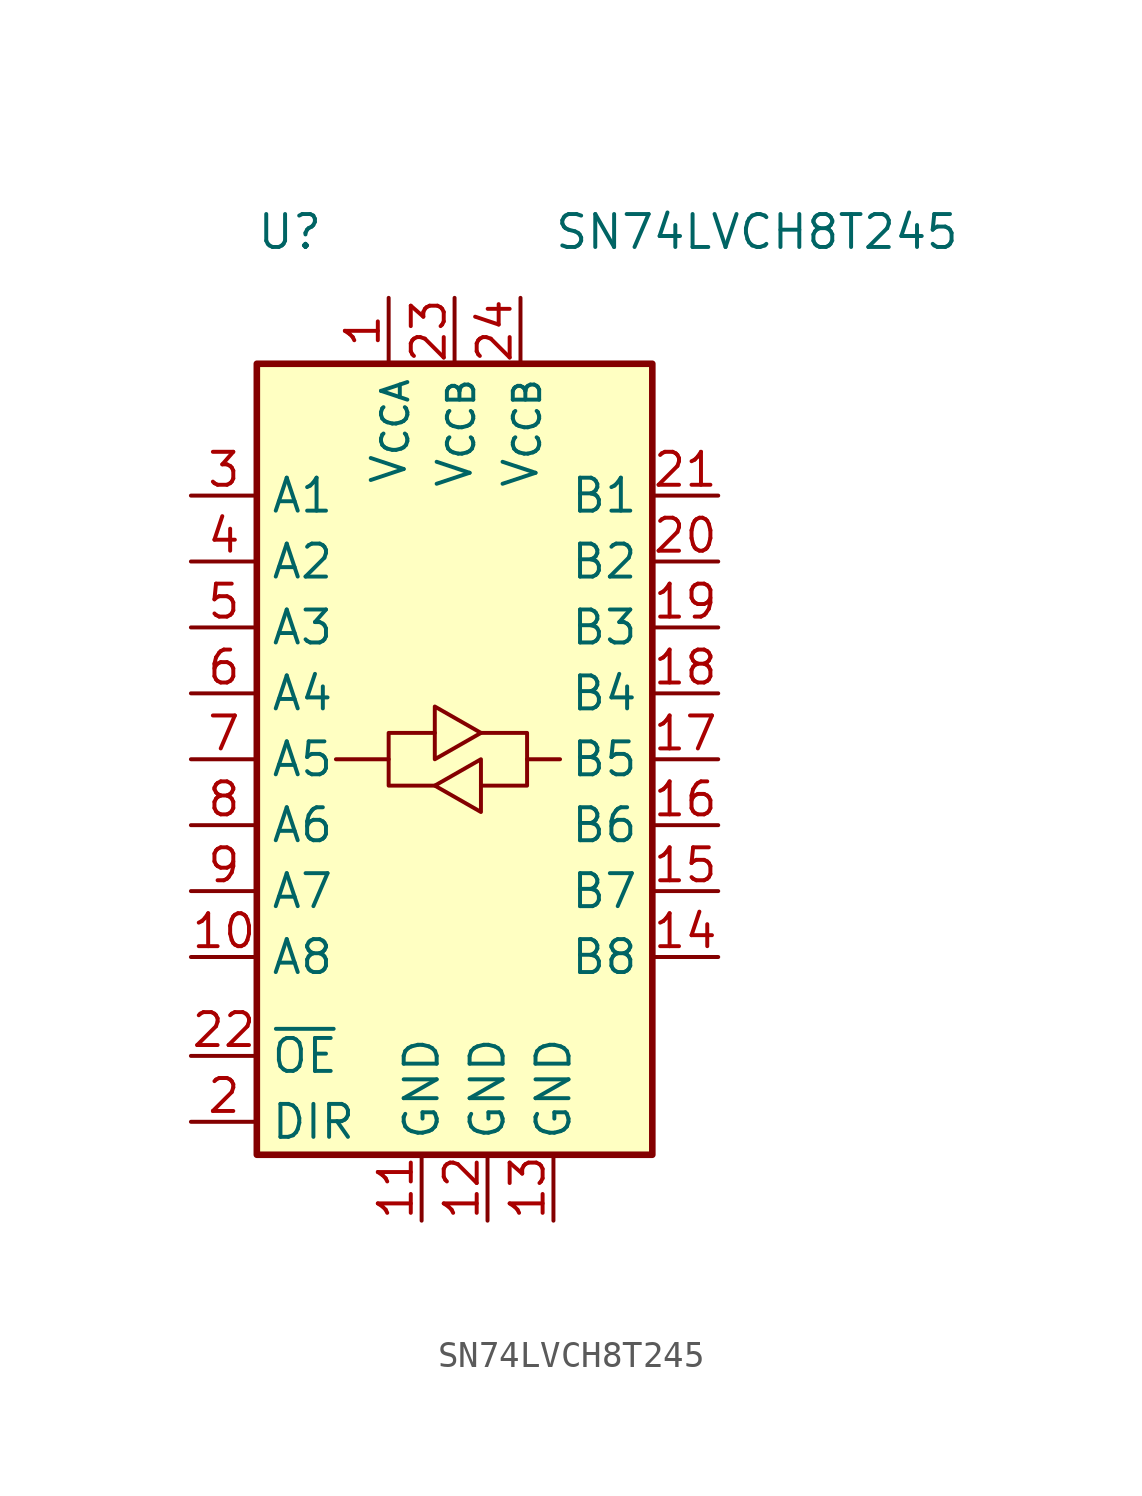
<source format=kicad_sym>
(kicad_symbol_lib
  (version 20231120)
  (generator "kicad_symbol_editor")
  (generator_version "8.0")
  (symbol "SN74LVCH8T245"
    (property "Reference" "U"
      (at -6.35 27.94 0)
      (effects (font (size 1.27 1.27))))
    (property "Value" "SN74LVCH8T245"
      (at 3.81 27.94 0)
      (effects (font (size 1.27 1.27)) (justify left)))
    (symbol "SN74LVCH8T245_0_1"
      (rectangle (start -7.62 22.86) (end 7.62 -7.62) (stroke (width 0.254) (type default)) (fill (type background)))
      (polyline (pts (xy 1.016 7.62) (xy 1.016 5.842) (xy 1.016 5.588) (xy -0.762 6.604) (xy 1.016 7.62)) (stroke (width 0) (type default)) (fill (type none))))
    (symbol "SN74LVCH8T245_1_1"
      (polyline (pts (xy -2.54 7.62) (xy -2.54 8.636) (xy -0.762 8.636)) (stroke (width 0) (type default)) (fill (type none)))
      (polyline (pts (xy 2.794 7.62) (xy 2.794 6.604) (xy 1.016 6.604)) (stroke (width 0) (type default)) (fill (type none)))
      (polyline (pts (xy -0.762 6.604) (xy -2.54 6.604) (xy -2.54 7.62) (xy -4.572 7.62)) (stroke (width 0) (type default)) (fill (type none)))
      (polyline (pts (xy -0.762 7.62) (xy -0.762 9.652) (xy 1.016 8.636) (xy -0.762 7.62)) (stroke (width 0) (type default)) (fill (type none)))
      (polyline (pts (xy 1.016 8.636) (xy 2.794 8.636) (xy 2.794 7.62) (xy 4.064 7.62)) (stroke (width 0) (type default)) (fill (type none)))
      (pin power_in line (at -2.54 25.4 270) (length 2.54) (name "V_{CCA}" (effects (font (size 1.27 1.27)))) (number "1" (effects (font (size 1.27 1.27)))))
      (pin bidirectional line (at -10.16 0 0) (length 2.54) (name "A8" (effects (font (size 1.27 1.27)))) (number "10" (effects (font (size 1.27 1.27)))))
      (pin power_in line (at -1.27 -10.16 90) (length 2.54) (name "GND" (effects (font (size 1.27 1.27)))) (number "11" (effects (font (size 1.27 1.27)))))
      (pin power_in line (at 1.27 -10.16 90) (length 2.54) (name "GND" (effects (font (size 1.27 1.27)))) (number "12" (effects (font (size 1.27 1.27)))))
      (pin power_in line (at 3.81 -10.16 90) (length 2.54) (name "GND" (effects (font (size 1.27 1.27)))) (number "13" (effects (font (size 1.27 1.27)))))
      (pin bidirectional line (at 10.16 0 180) (length 2.54) (name "B8" (effects (font (size 1.27 1.27)))) (number "14" (effects (font (size 1.27 1.27)))))
      (pin bidirectional line (at 10.16 2.54 180) (length 2.54) (name "B7" (effects (font (size 1.27 1.27)))) (number "15" (effects (font (size 1.27 1.27)))))
      (pin bidirectional line (at 10.16 5.08 180) (length 2.54) (name "B6" (effects (font (size 1.27 1.27)))) (number "16" (effects (font (size 1.27 1.27)))))
      (pin bidirectional line (at 10.16 7.62 180) (length 2.54) (name "B5" (effects (font (size 1.27 1.27)))) (number "17" (effects (font (size 1.27 1.27)))))
      (pin bidirectional line (at 10.16 10.16 180) (length 2.54) (name "B4" (effects (font (size 1.27 1.27)))) (number "18" (effects (font (size 1.27 1.27)))))
      (pin bidirectional line (at 10.16 12.7 180) (length 2.54) (name "B3" (effects (font (size 1.27 1.27)))) (number "19" (effects (font (size 1.27 1.27)))))
      (pin input line (at -10.16 -6.35 0) (length 2.54) (name "DIR" (effects (font (size 1.27 1.27)))) (number "2" (effects (font (size 1.27 1.27)))))
      (pin bidirectional line (at 10.16 15.24 180) (length 2.54) (name "B2" (effects (font (size 1.27 1.27)))) (number "20" (effects (font (size 1.27 1.27)))))
      (pin bidirectional line (at 10.16 17.78 180) (length 2.54) (name "B1" (effects (font (size 1.27 1.27)))) (number "21" (effects (font (size 1.27 1.27)))))
      (pin input line (at -10.16 -3.81 0) (length 2.54) (name "~{OE}" (effects (font (size 1.27 1.27)))) (number "22" (effects (font (size 1.27 1.27)))))
      (pin power_in line (at 0 25.4 270) (length 2.54) (name "V_{CCB}" (effects (font (size 1.27 1.27)))) (number "23" (effects (font (size 1.27 1.27)))))
      (pin power_in line (at 2.54 25.4 270) (length 2.54) (name "V_{CCB}" (effects (font (size 1.27 1.27)))) (number "24" (effects (font (size 1.27 1.27)))))
      (pin bidirectional line (at -10.16 17.78 0) (length 2.54) (name "A1" (effects (font (size 1.27 1.27)))) (number "3" (effects (font (size 1.27 1.27)))))
      (pin bidirectional line (at -10.16 15.24 0) (length 2.54) (name "A2" (effects (font (size 1.27 1.27)))) (number "4" (effects (font (size 1.27 1.27)))))
      (pin bidirectional line (at -10.16 12.7 0) (length 2.54) (name "A3" (effects (font (size 1.27 1.27)))) (number "5" (effects (font (size 1.27 1.27)))))
      (pin bidirectional line (at -10.16 10.16 0) (length 2.54) (name "A4" (effects (font (size 1.27 1.27)))) (number "6" (effects (font (size 1.27 1.27)))))
      (pin bidirectional line (at -10.16 7.62 0) (length 2.54) (name "A5" (effects (font (size 1.27 1.27)))) (number "7" (effects (font (size 1.27 1.27)))))
      (pin bidirectional line (at -10.16 5.08 0) (length 2.54) (name "A6" (effects (font (size 1.27 1.27)))) (number "8" (effects (font (size 1.27 1.27)))))
      (pin bidirectional line (at -10.16 2.54 0) (length 2.54) (name "A7" (effects (font (size 1.27 1.27)))) (number "9" (effects (font (size 1.27 1.27))))))))
</source>
